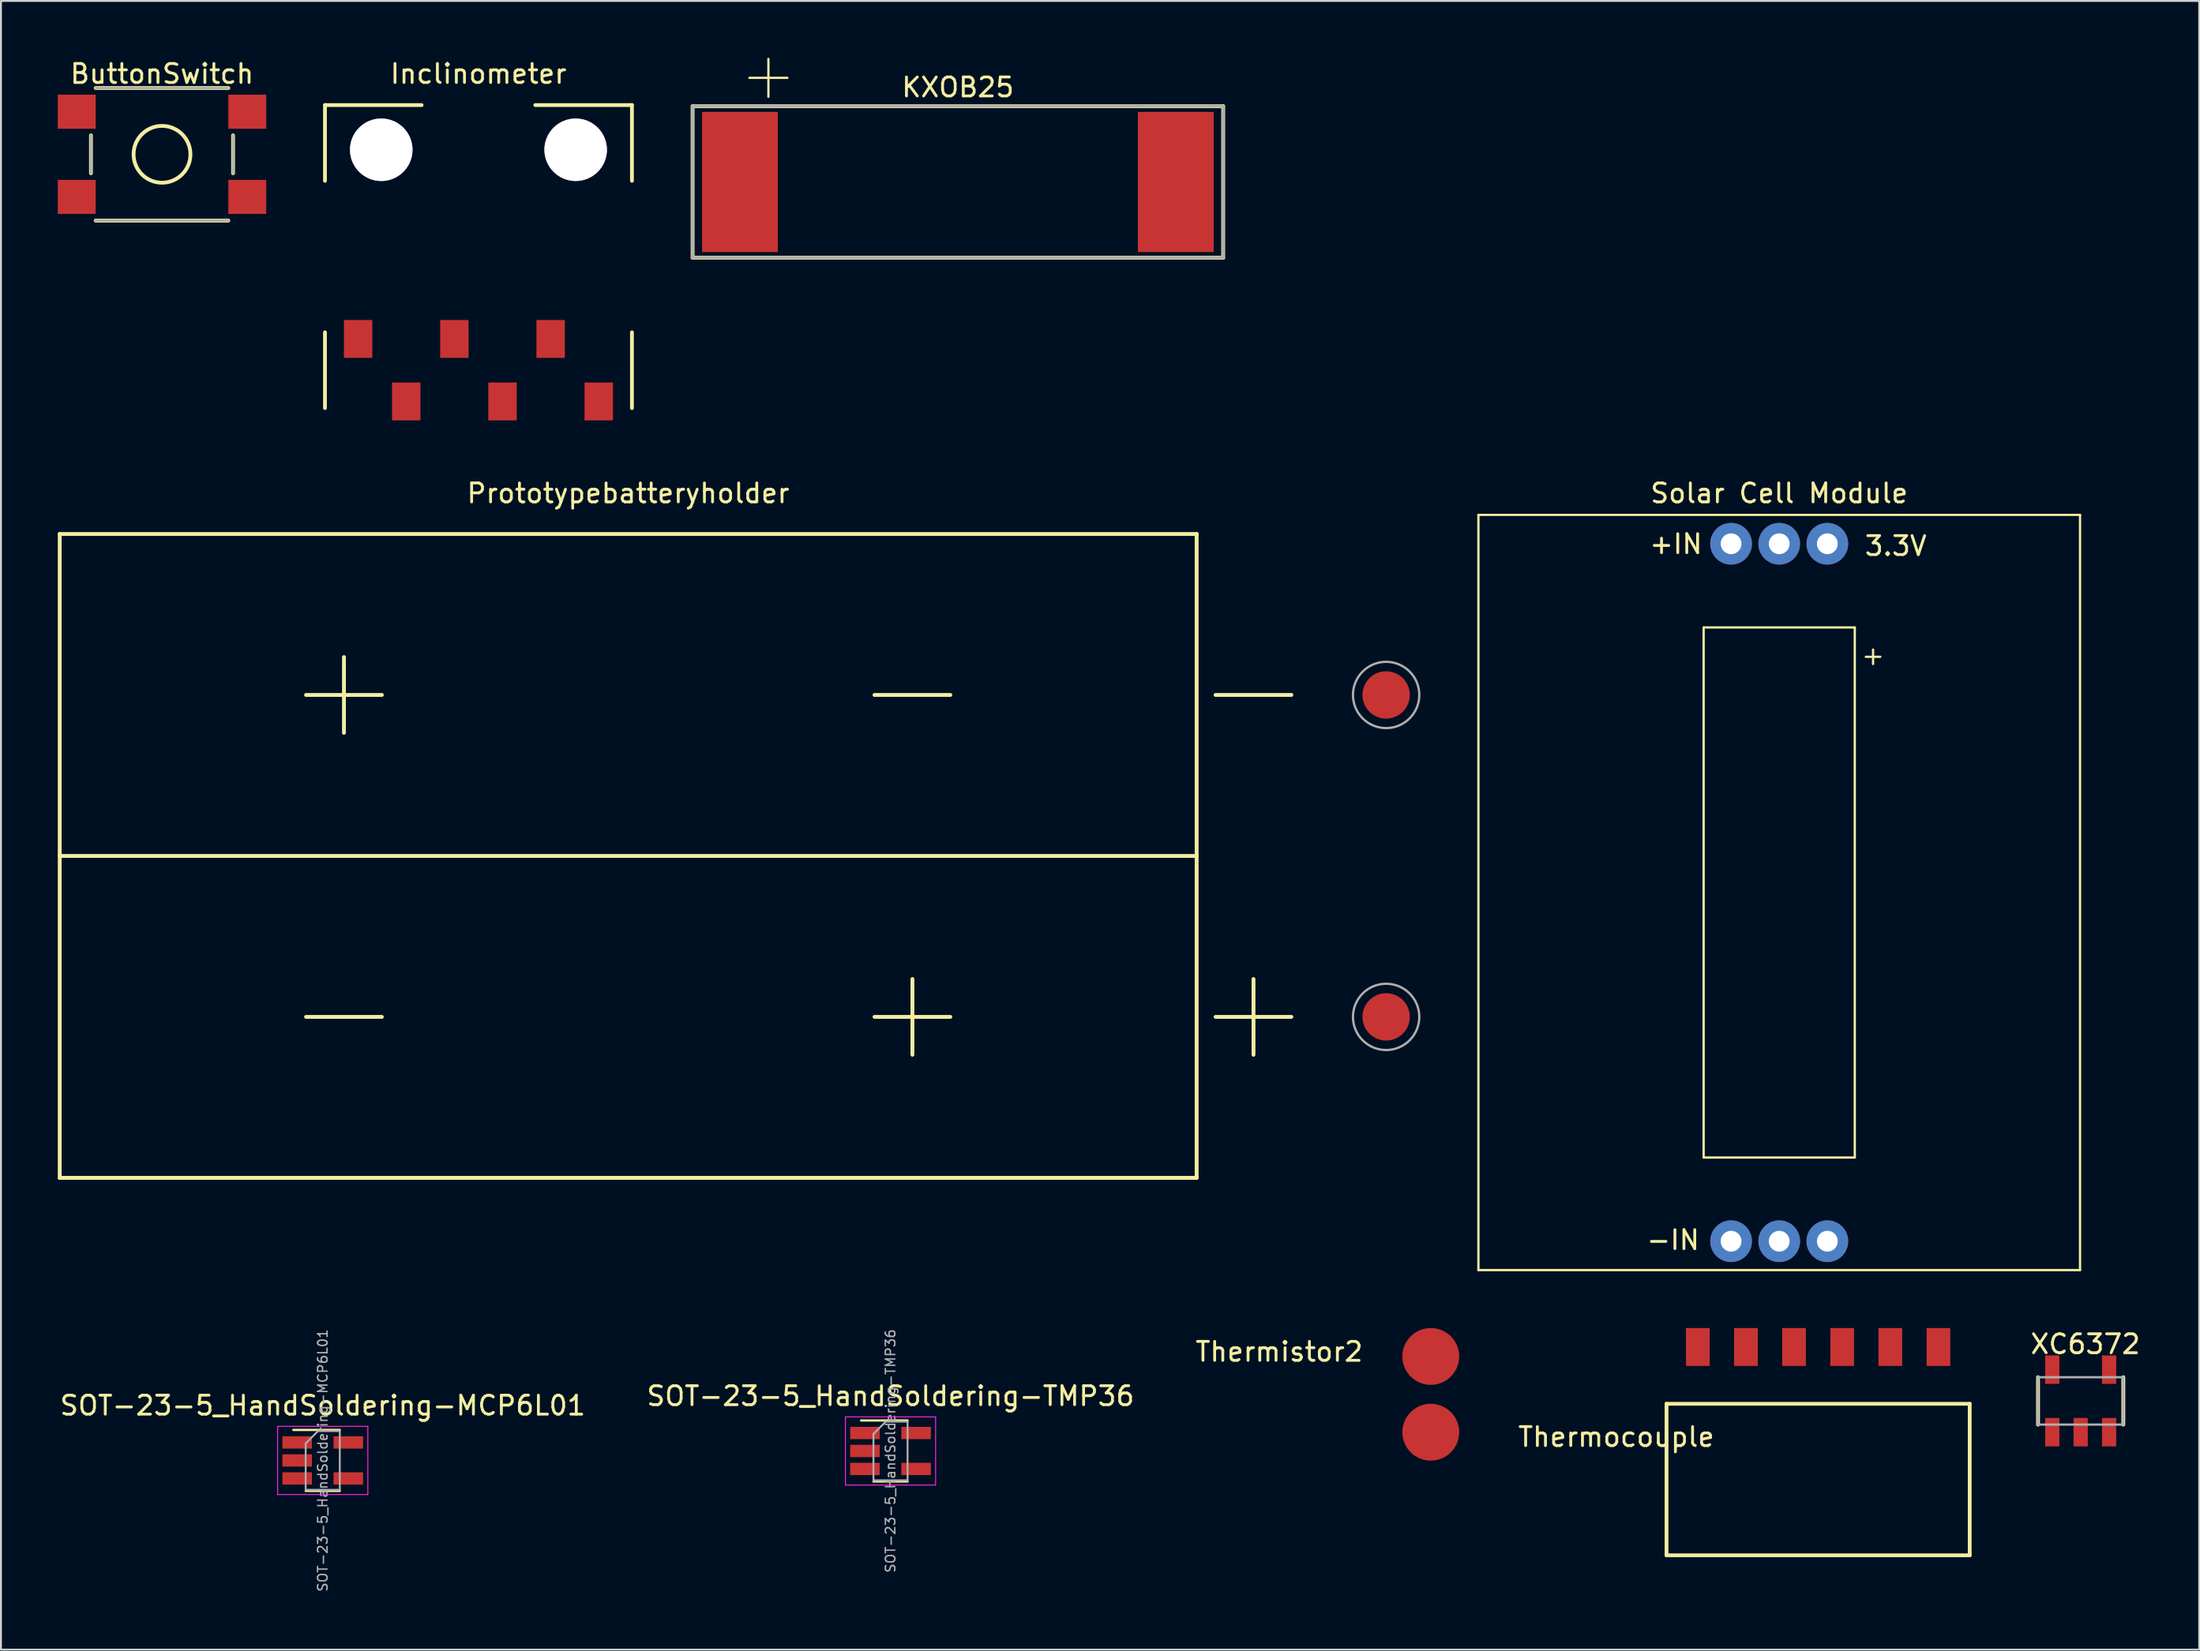
<source format=kicad_pcb>
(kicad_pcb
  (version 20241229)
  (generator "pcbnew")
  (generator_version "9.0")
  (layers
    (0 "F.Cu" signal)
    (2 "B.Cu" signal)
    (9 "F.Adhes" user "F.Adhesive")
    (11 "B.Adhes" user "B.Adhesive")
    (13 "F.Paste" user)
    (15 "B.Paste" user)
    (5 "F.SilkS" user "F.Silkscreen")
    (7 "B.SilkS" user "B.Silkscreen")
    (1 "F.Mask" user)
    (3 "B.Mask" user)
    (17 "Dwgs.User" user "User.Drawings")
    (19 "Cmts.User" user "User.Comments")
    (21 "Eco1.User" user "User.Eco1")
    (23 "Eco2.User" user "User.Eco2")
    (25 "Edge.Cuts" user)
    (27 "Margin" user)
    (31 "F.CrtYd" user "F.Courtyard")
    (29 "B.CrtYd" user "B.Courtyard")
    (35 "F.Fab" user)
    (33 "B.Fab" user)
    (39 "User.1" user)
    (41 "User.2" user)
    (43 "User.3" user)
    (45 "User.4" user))
  (footprint "ButtonSwitch"
    (layer "F.Cu")
    (at 5.5 5.098)
    (property "Reference" "ButtonSwitch" (at 0 -4.25 0) (layer "F.SilkS") (effects (font (size 1 1) (thickness 0.15))))
    (attr through_hole)
    (fp_line (start -3.75 1) (end -3.75 -1) (stroke (width 0.2) (type solid)) (layer "F.SilkS"))
    (fp_line (start -3.5 -3.5) (end 3.5 -3.5) (stroke (width 0.2) (type solid)) (layer "F.SilkS"))
    (fp_line (start -3.5 3.5) (end 3.5 3.5) (stroke (width 0.2) (type solid)) (layer "F.SilkS"))
    (fp_line (start 3.75 -1) (end 3.75 1) (stroke (width 0.2) (type solid)) (layer "F.SilkS"))
    (fp_circle (center 0 0) (end 1.5 0) (stroke (width 0.2) (type solid)) (fill no) (layer "F.SilkS"))
    (fp_line (start -3.75 -1) (end -3.75 1) (stroke (width 0.12) (type solid)) (layer "F.Fab"))
    (fp_line (start -3.5 -3.5) (end 3.5 -3.5) (stroke (width 0.12) (type solid)) (layer "F.Fab"))
    (fp_line (start -3.5 3.5) (end 3.5 3.5) (stroke (width 0.12) (type solid)) (layer "F.Fab"))
    (fp_line (start 3.75 -1) (end 3.75 1) (stroke (width 0.12) (type solid)) (layer "F.Fab"))
    (pad "1" smd rect (at 4.5 2.25) (size 2 1.8) (layers "F.Cu" "F.Mask" "F.Paste"))
    (pad "2" smd rect (at -4.5 2.25) (size 2 1.8) (layers "F.Cu" "F.Mask" "F.Paste"))
    (pad "3" smd rect (at 4.5 -2.25) (size 2 1.8) (layers "F.Cu" "F.Mask" "F.Paste"))
    (pad "4" smd rect (at -4.5 -2.25) (size 2 1.8) (layers "F.Cu" "F.Mask" "F.Paste")))
  (footprint "Thermistor2"
    (layer "F.Cu")
    (at 64.458 70.578)
    (property "Reference" "Thermistor2" (at 0 -2.25 0) (layer "F.SilkS") (effects (font (size 1 1) (thickness 0.15))))
    (attr through_hole)
    (pad "1" smd circle (at 8 -2) (size 3 3) (layers "F.Cu" "F.Mask" "F.Paste"))
    (pad "2" smd circle (at 8 2) (size 3 3) (layers "F.Cu" "F.Mask" "F.Paste")))
  (footprint "Inclinometer"
    (layer "F.Cu")
    (at 22.2 16.498)
    (property "Reference" "Inclinometer" (at 0 -15.65 0) (layer "F.SilkS") (effects (font (size 1 1) (thickness 0.15))))
    (attr through_hole)
    (fp_line (start -8.1 -14) (end -8.1 -10) (stroke (width 0.2) (type solid)) (layer "F.SilkS"))
    (fp_line (start -8.1 -14) (end -3 -14) (stroke (width 0.2) (type solid)) (layer "F.SilkS"))
    (fp_line (start -8.1 -2) (end -8.1 2) (stroke (width 0.2) (type solid)) (layer "F.SilkS"))
    (fp_line (start 8.1 -14) (end 3 -14) (stroke (width 0.2) (type solid)) (layer "F.SilkS"))
    (fp_line (start 8.1 -14) (end 8.1 -10) (stroke (width 0.2) (type solid)) (layer "F.SilkS"))
    (fp_line (start 8.1 -2) (end 8.1 2) (stroke (width 0.2) (type solid)) (layer "F.SilkS"))
    (pad "" thru_hole circle (at -5.13 -11.64) (size 3.3 3.3) (drill 3.3) (layers "*.Cu" "*.Mask"))
    (pad "" thru_hole circle (at 5.13 -11.64) (size 3.3 3.3) (drill 3.3) (layers "*.Cu" "*.Mask"))
    (pad "1" smd rect (at -6.35 -1.65) (size 1.5 2) (layers "F.Cu" "F.Mask" "F.Paste"))
    (pad "2" smd rect (at -3.81 1.65) (size 1.5 2) (layers "F.Cu" "F.Mask" "F.Paste"))
    (pad "3" smd rect (at -1.27 -1.65) (size 1.5 2) (layers "F.Cu" "F.Mask" "F.Paste"))
    (pad "4" smd rect (at 1.27 1.65) (size 1.5 2) (layers "F.Cu" "F.Mask" "F.Paste"))
    (pad "5" smd rect (at 3.81 -1.65) (size 1.5 2) (layers "F.Cu" "F.Mask" "F.Paste"))
    (pad "6" smd rect (at 6.35 1.65) (size 1.5 2) (layers "F.Cu" "F.Mask" "F.Paste")))
  (footprint "SOT-23-5_HandSoldering-MCP6L01"
    (layer "F.Cu")
    (at 13.982 74.069)
    (property "Reference" "SOT-23-5_HandSoldering-MCP6L01" (at 0 -2.9 0) (layer "F.SilkS") (effects (font (size 1 1) (thickness 0.15))))
    (attr smd)
    (fp_line (start -0.9 1.61) (end 0.9 1.61) (stroke (width 0.12) (type solid)) (layer "F.SilkS"))
    (fp_line (start 0.9 -1.61) (end -1.55 -1.61) (stroke (width 0.12) (type solid)) (layer "F.SilkS"))
    (fp_line (start -2.38 -1.8) (end -2.38 1.8) (stroke (width 0.05) (type solid)) (layer "F.CrtYd"))
    (fp_line (start -2.38 -1.8) (end 2.38 -1.8) (stroke (width 0.05) (type solid)) (layer "F.CrtYd"))
    (fp_line (start 2.38 1.8) (end -2.38 1.8) (stroke (width 0.05) (type solid)) (layer "F.CrtYd"))
    (fp_line (start 2.38 1.8) (end 2.38 -1.8) (stroke (width 0.05) (type solid)) (layer "F.CrtYd"))
    (fp_line (start -0.9 -0.9) (end -0.9 1.55) (stroke (width 0.1) (type solid)) (layer "F.Fab"))
    (fp_line (start -0.9 -0.9) (end -0.25 -1.55) (stroke (width 0.1) (type solid)) (layer "F.Fab"))
    (fp_line (start 0.9 -1.55) (end -0.25 -1.55) (stroke (width 0.1) (type solid)) (layer "F.Fab"))
    (fp_line (start 0.9 -1.55) (end 0.9 1.55) (stroke (width 0.1) (type solid)) (layer "F.Fab"))
    (fp_line (start 0.9 1.55) (end -0.9 1.55) (stroke (width 0.1) (type solid)) (layer "F.Fab"))
    (fp_text user "${REFERENCE}" (at 0 0 90) (layer "F.Fab") (effects (font (size 0.5 0.5) (thickness 0.075))))
    (pad "1" smd rect (at -1.35 -0.95) (size 1.56 0.65) (layers "F.Cu" "F.Mask" "F.Paste"))
    (pad "2" smd rect (at -1.35 0) (size 1.56 0.65) (layers "F.Cu" "F.Mask" "F.Paste"))
    (pad "3" smd rect (at -1.35 0.95) (size 1.56 0.65) (layers "F.Cu" "F.Mask" "F.Paste"))
    (pad "4" smd rect (at 1.35 0.95) (size 1.56 0.65) (layers "F.Cu" "F.Mask" "F.Paste"))
    (pad "5" smd rect (at 1.35 -0.95) (size 1.56 0.65) (layers "F.Cu" "F.Mask" "F.Paste")))
  (footprint "KXOB25"
    (layer "F.Cu")
    (at 47.502 6.56)
    (property "Reference" "KXOB25" (at 0 -5 0) (layer "F.SilkS") (effects (font (size 1 1) (thickness 0.15))))
    (attr through_hole)
    (fp_line (start -14 -4) (end 14 -4) (stroke (width 0.203) (type solid)) (layer "F.SilkS"))
    (fp_line (start -14 4) (end -14 -4) (stroke (width 0.203) (type solid)) (layer "F.SilkS"))
    (fp_line (start -11 -5.5) (end -9 -5.5) (stroke (width 0.12) (type solid)) (layer "F.SilkS"))
    (fp_line (start -10 -6.5) (end -10 -4.5) (stroke (width 0.12) (type solid)) (layer "F.SilkS"))
    (fp_line (start 14 -4) (end 14 4) (stroke (width 0.203) (type solid)) (layer "F.SilkS"))
    (fp_line (start 14 4) (end -14 4) (stroke (width 0.203) (type solid)) (layer "F.SilkS"))
    (fp_line (start -14 -4) (end 14 -4) (stroke (width 0.15) (type solid)) (layer "F.Fab"))
    (fp_line (start -14 4) (end -14 -4) (stroke (width 0.15) (type solid)) (layer "F.Fab"))
    (fp_line (start 14 4) (end -14 4) (stroke (width 0.15) (type solid)) (layer "F.Fab"))
    (fp_line (start 14 4) (end 14 -4) (stroke (width 0.15) (type solid)) (layer "F.Fab"))
    (pad "1" smd rect (at -11.5 0) (size 4 7.4) (layers "F.Cu" "F.Mask" "F.Paste"))
    (pad "2" smd rect (at 11.5 0) (size 4 7.4) (layers "F.Cu" "F.Mask" "F.Paste")))
  (footprint "XC6372"
    (layer "F.Cu")
    (at 106.756 70.926)
    (property "Reference" "XC6372" (at 0.25 -3 0) (layer "F.SilkS") (effects (font (size 1 1) (thickness 0.15))))
    (attr through_hole)
    (fp_line (start -2.25 -1.25) (end -2.25 1.25) (stroke (width 0.203) (type solid)) (layer "F.SilkS"))
    (fp_line (start 2.25 1.25) (end 2.25 -1.25) (stroke (width 0.203) (type solid)) (layer "F.SilkS"))
    (fp_line (start -2.25 -1.25) (end 2.25 -1.25) (stroke (width 0.12) (type solid)) (layer "F.Fab"))
    (fp_line (start -2.25 1.25) (end -2.25 -1.25) (stroke (width 0.12) (type solid)) (layer "F.Fab"))
    (fp_line (start -2.25 1.25) (end 2.25 1.25) (stroke (width 0.12) (type solid)) (layer "F.Fab"))
    (fp_line (start 2.25 1.25) (end 2.25 -1.25) (stroke (width 0.12) (type solid)) (layer "F.Fab"))
    (pad "1" smd rect (at -1.5 1.65) (size 0.75 1.5) (layers "F.Cu" "F.Mask" "F.Paste"))
    (pad "2" smd rect (at 0 1.65) (size 0.75 1.5) (layers "F.Cu" "F.Mask" "F.Paste"))
    (pad "3" smd rect (at 1.5 1.65) (size 0.75 1.5) (layers "F.Cu" "F.Mask" "F.Paste"))
    (pad "4" smd rect (at 1.5 -1.65) (size 0.75 1.5) (layers "F.Cu" "F.Mask" "F.Paste"))
    (pad "5" smd rect (at -1.5 -1.65) (size 0.75 1.5) (layers "F.Cu" "F.Mask" "F.Paste")))
  (footprint "Thermocouple"
    (layer "F.Cu")
    (at 92.9 68.078)
    (property "Reference" "Thermocouple" (at -10.65 4.75 0) (layer "F.SilkS") (effects (font (size 1 1) (thickness 0.15))))
    (attr through_hole)
    (fp_line (start -8 3) (end -8 11) (stroke (width 0.2) (type solid)) (layer "F.SilkS"))
    (fp_line (start -8 3) (end 8 3) (stroke (width 0.2) (type solid)) (layer "F.SilkS"))
    (fp_line (start -8 11) (end 8 11) (stroke (width 0.2) (type solid)) (layer "F.SilkS"))
    (fp_line (start 8 3) (end 8 11) (stroke (width 0.2) (type solid)) (layer "F.SilkS"))
    (pad "1" smd rect (at 6.35 0) (size 1.25 2) (layers "F.Cu" "F.Mask" "F.Paste"))
    (pad "2" smd rect (at 3.81 0) (size 1.25 2) (layers "F.Cu" "F.Mask" "F.Paste"))
    (pad "3" smd rect (at 1.27 0) (size 1.25 2) (layers "F.Cu" "F.Mask" "F.Paste"))
    (pad "4" smd rect (at -1.27 0) (size 1.25 2) (layers "F.Cu" "F.Mask" "F.Paste"))
    (pad "5" smd rect (at -3.81 0) (size 1.25 2) (layers "F.Cu" "F.Mask" "F.Paste"))
    (pad "6" smd rect (at -6.35 0) (size 1.25 2) (layers "F.Cu" "F.Mask" "F.Paste")))
  (footprint "Prototypebatteryholder"
    (layer "F.Cu")
    (at 30.102 42.147)
    (property "Reference" "Prototypebatteryholder" (at 0 -19.15 0) (layer "F.SilkS") (effects (font (size 1 1) (thickness 0.15))))
    (attr through_hole)
    (fp_line (start -30 -17) (end -30 17) (stroke (width 0.203) (type solid)) (layer "F.SilkS"))
    (fp_line (start -30 0) (end 30 0) (stroke (width 0.203) (type solid)) (layer "F.SilkS"))
    (fp_line (start -30 17) (end 30 17) (stroke (width 0.203) (type solid)) (layer "F.SilkS"))
    (fp_line (start -17 8.5) (end -13 8.5) (stroke (width 0.203) (type solid)) (layer "F.SilkS"))
    (fp_line (start -15 -10.5) (end -15 -6.5) (stroke (width 0.203) (type solid)) (layer "F.SilkS"))
    (fp_line (start -13 -8.5) (end -17 -8.5) (stroke (width 0.203) (type solid)) (layer "F.SilkS"))
    (fp_line (start 13 -8.5) (end 17 -8.5) (stroke (width 0.203) (type solid)) (layer "F.SilkS"))
    (fp_line (start 13 8.5) (end 17 8.5) (stroke (width 0.203) (type solid)) (layer "F.SilkS"))
    (fp_line (start 15 6.5) (end 15 10.5) (stroke (width 0.203) (type solid)) (layer "F.SilkS"))
    (fp_line (start 30 -17) (end -30 -17) (stroke (width 0.203) (type solid)) (layer "F.SilkS"))
    (fp_line (start 30 17) (end 30 -17) (stroke (width 0.203) (type solid)) (layer "F.SilkS"))
    (fp_line (start 31 -8.5) (end 35 -8.5) (stroke (width 0.203) (type solid)) (layer "F.SilkS"))
    (fp_line (start 31 8.5) (end 35 8.5) (stroke (width 0.203) (type solid)) (layer "F.SilkS"))
    (fp_line (start 33 6.5) (end 33 10.5) (stroke (width 0.203) (type solid)) (layer "F.SilkS"))
    (fp_circle (center 40 -8.5) (end 41.75 -8.5) (stroke (width 0.12) (type solid)) (fill no) (layer "F.Fab"))
    (fp_circle (center 40 8.5) (end 41.75 8.5) (stroke (width 0.12) (type solid)) (fill no) (layer "F.Fab"))
    (pad "1" smd circle (at 40 8.5) (size 2.5 2.5) (layers "F.Cu" "F.Mask" "F.Paste"))
    (pad "2" smd circle (at 40 -8.5) (size 2.5 2.5) (layers "F.Cu" "F.Mask" "F.Paste")))
  (footprint "Solar Cell Module"
    (layer "F.Cu")
    (at 90.847 44.078)
    (property "Reference" "Solar Cell Module" (at 0 -21.082 0) (layer "F.SilkS") (effects (font (size 1 1) (thickness 0.15))))
    (attr through_hole)
    (fp_line (start -15.875 -19.939) (end -15.875 19.939) (stroke (width 0.12) (type solid)) (layer "F.SilkS"))
    (fp_line (start -15.875 -19.939) (end 15.875 -19.939) (stroke (width 0.12) (type solid)) (layer "F.SilkS"))
    (fp_line (start -15.875 19.939) (end 15.875 19.939) (stroke (width 0.12) (type solid)) (layer "F.SilkS"))
    (fp_line (start -3.988 -13.995) (end -3.988 13.995) (stroke (width 0.12) (type solid)) (layer "F.SilkS"))
    (fp_line (start -3.988 -13.995) (end 3.988 -13.995) (stroke (width 0.12) (type solid)) (layer "F.SilkS"))
    (fp_line (start -3.988 13.995) (end 3.988 13.995) (stroke (width 0.12) (type solid)) (layer "F.SilkS"))
    (fp_line (start 3.988 -13.995) (end 3.988 13.995) (stroke (width 0.12) (type solid)) (layer "F.SilkS"))
    (fp_line (start 4.572 -12.446) (end 5.334 -12.446) (stroke (width 0.12) (type solid)) (layer "F.SilkS"))
    (fp_line (start 4.953 -12.827) (end 4.953 -12.065) (stroke (width 0.12) (type solid)) (layer "F.SilkS"))
    (fp_line (start 15.875 -19.939) (end 15.875 19.939) (stroke (width 0.12) (type solid)) (layer "F.SilkS"))
    (fp_text user "3.3V" (at 6.15 -18.3 0) (layer "F.SilkS") (effects (font (size 1 1) (thickness 0.15))))
    (fp_text user "-IN" (at -5.6 18.35 0) (layer "F.SilkS") (effects (font (size 1 1) (thickness 0.15))))
    (fp_text user "+IN" (at -5.45 -18.4 0) (layer "F.SilkS") (effects (font (size 1 1) (thickness 0.15))))
    (pad "" thru_hole circle (at 0 -18.415) (size 2.2 2.2) (drill 1.1) (layers "*.Cu" "*.Mask"))
    (pad "" thru_hole circle (at 0 18.415) (size 2.2 2.2) (drill 1.1) (layers "*.Cu" "*.Mask"))
    (pad "1" thru_hole circle (at -2.54 -18.415) (size 2.2 2.2) (drill 1.1) (layers "*.Cu" "*.Mask"))
    (pad "2" thru_hole circle (at 2.54 -18.415) (size 2.2 2.2) (drill 1.1) (layers "*.Cu" "*.Mask"))
    (pad "3" thru_hole circle (at -2.54 18.415) (size 2.2 2.2) (drill 1.1) (layers "*.Cu" "*.Mask"))
    (pad "4" thru_hole circle (at 2.54 18.415) (size 2.2 2.2) (drill 1.1) (layers "*.Cu" "*.Mask")))
  (footprint "SOT-23-5_HandSoldering-TMP36"
    (layer "F.Cu")
    (at 43.946 73.569)
    (property "Reference" "SOT-23-5_HandSoldering-TMP36" (at 0 -2.9 0) (layer "F.SilkS") (effects (font (size 1 1) (thickness 0.15))))
    (attr smd)
    (fp_line (start -0.9 1.61) (end 0.9 1.61) (stroke (width 0.12) (type solid)) (layer "F.SilkS"))
    (fp_line (start 0.9 -1.61) (end -1.55 -1.61) (stroke (width 0.12) (type solid)) (layer "F.SilkS"))
    (fp_line (start -2.38 -1.8) (end -2.38 1.8) (stroke (width 0.05) (type solid)) (layer "F.CrtYd"))
    (fp_line (start -2.38 -1.8) (end 2.38 -1.8) (stroke (width 0.05) (type solid)) (layer "F.CrtYd"))
    (fp_line (start 2.38 1.8) (end -2.38 1.8) (stroke (width 0.05) (type solid)) (layer "F.CrtYd"))
    (fp_line (start 2.38 1.8) (end 2.38 -1.8) (stroke (width 0.05) (type solid)) (layer "F.CrtYd"))
    (fp_line (start -0.9 -0.9) (end -0.9 1.55) (stroke (width 0.1) (type solid)) (layer "F.Fab"))
    (fp_line (start -0.9 -0.9) (end -0.25 -1.55) (stroke (width 0.1) (type solid)) (layer "F.Fab"))
    (fp_line (start 0.9 -1.55) (end -0.25 -1.55) (stroke (width 0.1) (type solid)) (layer "F.Fab"))
    (fp_line (start 0.9 -1.55) (end 0.9 1.55) (stroke (width 0.1) (type solid)) (layer "F.Fab"))
    (fp_line (start 0.9 1.55) (end -0.9 1.55) (stroke (width 0.1) (type solid)) (layer "F.Fab"))
    (fp_text user "${REFERENCE}" (at 0 0 90) (layer "F.Fab") (effects (font (size 0.5 0.5) (thickness 0.075))))
    (pad "1" smd rect (at -1.35 -0.95) (size 1.56 0.65) (layers "F.Cu" "F.Mask" "F.Paste"))
    (pad "2" smd rect (at -1.35 0) (size 1.56 0.65) (layers "F.Cu" "F.Mask" "F.Paste"))
    (pad "3" smd rect (at -1.35 0.95) (size 1.56 0.65) (layers "F.Cu" "F.Mask" "F.Paste"))
    (pad "4" smd rect (at 1.35 0.95) (size 1.56 0.65) (layers "F.Cu" "F.Mask" "F.Paste"))
    (pad "5" smd rect (at 1.35 -0.95) (size 1.56 0.65) (layers "F.Cu" "F.Mask" "F.Paste")))
  (gr_rect
    (start -3 -3)
    (end 113.012 84.06)
    (stroke (width 0.1) (type default))
    (fill no)
    (layer "Edge.Cuts")))
</source>
